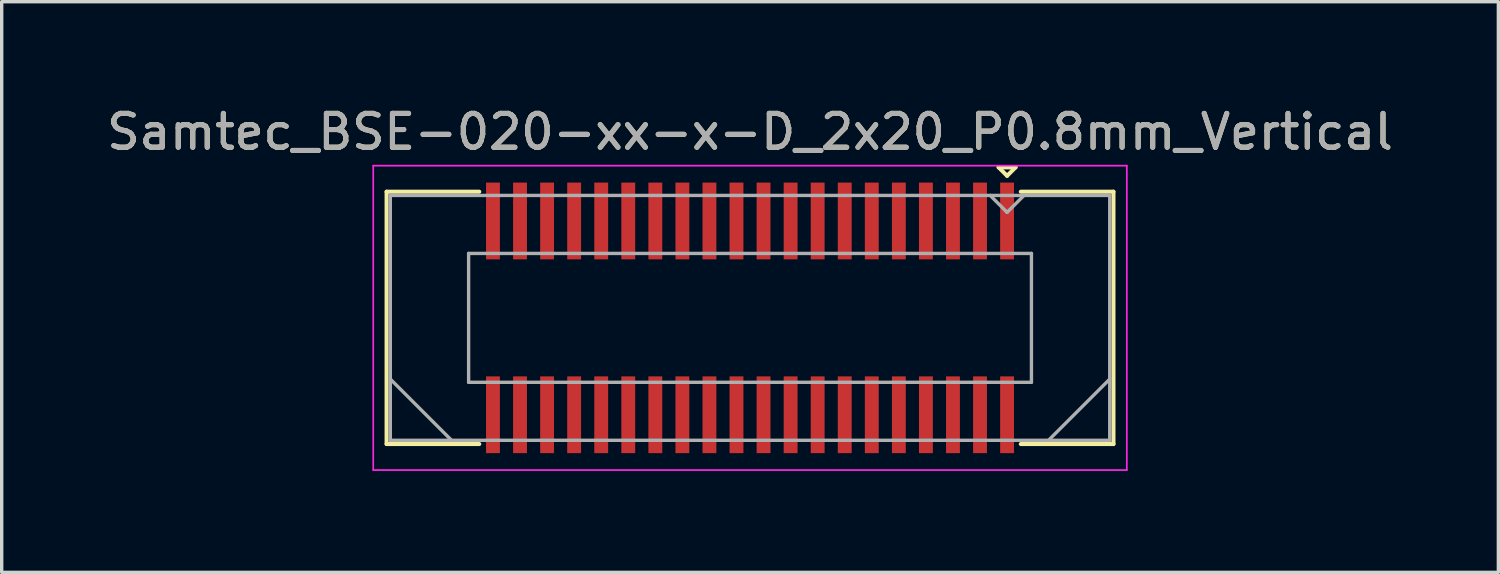
<source format=kicad_pcb>
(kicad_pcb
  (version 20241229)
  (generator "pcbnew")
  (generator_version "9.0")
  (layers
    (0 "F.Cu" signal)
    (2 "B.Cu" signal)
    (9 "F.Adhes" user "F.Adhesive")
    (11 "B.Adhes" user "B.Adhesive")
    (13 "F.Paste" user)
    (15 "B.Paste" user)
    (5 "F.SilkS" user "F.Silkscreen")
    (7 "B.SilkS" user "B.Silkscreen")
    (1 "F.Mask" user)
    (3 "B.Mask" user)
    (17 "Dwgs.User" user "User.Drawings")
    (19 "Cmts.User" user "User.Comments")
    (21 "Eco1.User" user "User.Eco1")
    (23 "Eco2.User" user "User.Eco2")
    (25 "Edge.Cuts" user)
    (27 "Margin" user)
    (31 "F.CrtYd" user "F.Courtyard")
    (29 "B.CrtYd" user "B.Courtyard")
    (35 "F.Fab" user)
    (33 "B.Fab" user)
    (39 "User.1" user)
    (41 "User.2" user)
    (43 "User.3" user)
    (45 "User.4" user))
  (footprint "Samtec_BSE-020-xx-x-D_2x20_P0.8mm_Vertical"
    (layer "F.Cu")
    (at 19.125 6.348)
    (property "Reference" "Samtec_BSE-020-xx-x-D_2x20_P0.8mm_Vertical" (at 0 -5.5 0) (layer "F.SilkS") (effects (font (size 1 1) (thickness 0.15))))
    (attr smd)
    (fp_line (start -10.745 -3.73) (end -8.005 -3.73) (stroke (width 0.12) (type solid)) (layer "F.SilkS"))
    (fp_line (start -10.745 3.73) (end -10.745 -3.73) (stroke (width 0.12) (type solid)) (layer "F.SilkS"))
    (fp_line (start -8.005 3.73) (end -10.745 3.73) (stroke (width 0.12) (type solid)) (layer "F.SilkS"))
    (fp_line (start 7.35 -4.45) (end 7.85 -4.45) (stroke (width 0.12) (type solid)) (layer "F.SilkS"))
    (fp_line (start 7.6 -4.2) (end 7.35 -4.45) (stroke (width 0.12) (type solid)) (layer "F.SilkS"))
    (fp_line (start 7.85 -4.45) (end 7.6 -4.2) (stroke (width 0.12) (type solid)) (layer "F.SilkS"))
    (fp_line (start 8.005 3.73) (end 10.745 3.73) (stroke (width 0.12) (type solid)) (layer "F.SilkS"))
    (fp_line (start 10.745 -3.73) (end 8.005 -3.73) (stroke (width 0.12) (type solid)) (layer "F.SilkS"))
    (fp_line (start 10.745 3.73) (end 10.745 -3.73) (stroke (width 0.12) (type solid)) (layer "F.SilkS"))
    (fp_line (start -11.14 -4.5) (end -11.14 4.5) (stroke (width 0.05) (type solid)) (layer "F.CrtYd"))
    (fp_line (start -11.14 4.5) (end 11.14 4.5) (stroke (width 0.05) (type solid)) (layer "F.CrtYd"))
    (fp_line (start 11.14 -4.5) (end -11.14 -4.5) (stroke (width 0.05) (type solid)) (layer "F.CrtYd"))
    (fp_line (start 11.14 4.5) (end 11.14 -4.5) (stroke (width 0.05) (type solid)) (layer "F.CrtYd"))
    (fp_line (start -10.635 -3.62) (end -10.635 3.62) (stroke (width 0.1) (type solid)) (layer "F.Fab"))
    (fp_line (start -10.635 1.81) (end -8.825 3.62) (stroke (width 0.1) (type solid)) (layer "F.Fab"))
    (fp_line (start -10.635 3.62) (end 10.635 3.62) (stroke (width 0.1) (type solid)) (layer "F.Fab"))
    (fp_line (start -8.32 -1.905) (end -8.32 1.905) (stroke (width 0.1) (type solid)) (layer "F.Fab"))
    (fp_line (start -8.32 1.905) (end 8.32 1.905) (stroke (width 0.1) (type solid)) (layer "F.Fab"))
    (fp_line (start 7.6 -3.12) (end 7.1 -3.62) (stroke (width 0.1) (type solid)) (layer "F.Fab"))
    (fp_line (start 8.1 -3.62) (end 7.6 -3.12) (stroke (width 0.1) (type solid)) (layer "F.Fab"))
    (fp_line (start 8.32 -1.905) (end -8.32 -1.905) (stroke (width 0.1) (type solid)) (layer "F.Fab"))
    (fp_line (start 8.32 1.905) (end 8.32 -1.905) (stroke (width 0.1) (type solid)) (layer "F.Fab"))
    (fp_line (start 10.635 -3.62) (end -10.635 -3.62) (stroke (width 0.1) (type solid)) (layer "F.Fab"))
    (fp_line (start 10.635 1.81) (end 8.825 3.62) (stroke (width 0.1) (type solid)) (layer "F.Fab"))
    (fp_line (start 10.635 3.62) (end 10.635 -3.62) (stroke (width 0.1) (type solid)) (layer "F.Fab"))
    (fp_text user "${REFERENCE}" (at 0 -5.5 0) (layer "F.Fab") (effects (font (size 1 1) (thickness 0.15))))
    (pad "1" smd rect (at 7.6 -2.865) (size 0.41 2.27) (layers "F.Cu" "F.Mask" "F.Paste"))
    (pad "2" smd rect (at 7.6 2.865) (size 0.41 2.27) (layers "F.Cu" "F.Mask" "F.Paste"))
    (pad "3" smd rect (at 6.8 -2.865) (size 0.41 2.27) (layers "F.Cu" "F.Mask" "F.Paste"))
    (pad "4" smd rect (at 6.8 2.865) (size 0.41 2.27) (layers "F.Cu" "F.Mask" "F.Paste"))
    (pad "5" smd rect (at 6 -2.865) (size 0.41 2.27) (layers "F.Cu" "F.Mask" "F.Paste"))
    (pad "6" smd rect (at 6 2.865) (size 0.41 2.27) (layers "F.Cu" "F.Mask" "F.Paste"))
    (pad "7" smd rect (at 5.2 -2.865) (size 0.41 2.27) (layers "F.Cu" "F.Mask" "F.Paste"))
    (pad "8" smd rect (at 5.2 2.865) (size 0.41 2.27) (layers "F.Cu" "F.Mask" "F.Paste"))
    (pad "9" smd rect (at 4.4 -2.865) (size 0.41 2.27) (layers "F.Cu" "F.Mask" "F.Paste"))
    (pad "10" smd rect (at 4.4 2.865) (size 0.41 2.27) (layers "F.Cu" "F.Mask" "F.Paste"))
    (pad "11" smd rect (at 3.6 -2.865) (size 0.41 2.27) (layers "F.Cu" "F.Mask" "F.Paste"))
    (pad "12" smd rect (at 3.6 2.865) (size 0.41 2.27) (layers "F.Cu" "F.Mask" "F.Paste"))
    (pad "13" smd rect (at 2.8 -2.865) (size 0.41 2.27) (layers "F.Cu" "F.Mask" "F.Paste"))
    (pad "14" smd rect (at 2.8 2.865) (size 0.41 2.27) (layers "F.Cu" "F.Mask" "F.Paste"))
    (pad "15" smd rect (at 2 -2.865) (size 0.41 2.27) (layers "F.Cu" "F.Mask" "F.Paste"))
    (pad "16" smd rect (at 2 2.865) (size 0.41 2.27) (layers "F.Cu" "F.Mask" "F.Paste"))
    (pad "17" smd rect (at 1.2 -2.865) (size 0.41 2.27) (layers "F.Cu" "F.Mask" "F.Paste"))
    (pad "18" smd rect (at 1.2 2.865) (size 0.41 2.27) (layers "F.Cu" "F.Mask" "F.Paste"))
    (pad "19" smd rect (at 0.4 -2.865) (size 0.41 2.27) (layers "F.Cu" "F.Mask" "F.Paste"))
    (pad "20" smd rect (at 0.4 2.865) (size 0.41 2.27) (layers "F.Cu" "F.Mask" "F.Paste"))
    (pad "21" smd rect (at -0.4 -2.865) (size 0.41 2.27) (layers "F.Cu" "F.Mask" "F.Paste"))
    (pad "22" smd rect (at -0.4 2.865) (size 0.41 2.27) (layers "F.Cu" "F.Mask" "F.Paste"))
    (pad "23" smd rect (at -1.2 -2.865) (size 0.41 2.27) (layers "F.Cu" "F.Mask" "F.Paste"))
    (pad "24" smd rect (at -1.2 2.865) (size 0.41 2.27) (layers "F.Cu" "F.Mask" "F.Paste"))
    (pad "25" smd rect (at -2 -2.865) (size 0.41 2.27) (layers "F.Cu" "F.Mask" "F.Paste"))
    (pad "26" smd rect (at -2 2.865) (size 0.41 2.27) (layers "F.Cu" "F.Mask" "F.Paste"))
    (pad "27" smd rect (at -2.8 -2.865) (size 0.41 2.27) (layers "F.Cu" "F.Mask" "F.Paste"))
    (pad "28" smd rect (at -2.8 2.865) (size 0.41 2.27) (layers "F.Cu" "F.Mask" "F.Paste"))
    (pad "29" smd rect (at -3.6 -2.865) (size 0.41 2.27) (layers "F.Cu" "F.Mask" "F.Paste"))
    (pad "30" smd rect (at -3.6 2.865) (size 0.41 2.27) (layers "F.Cu" "F.Mask" "F.Paste"))
    (pad "31" smd rect (at -4.4 -2.865) (size 0.41 2.27) (layers "F.Cu" "F.Mask" "F.Paste"))
    (pad "32" smd rect (at -4.4 2.865) (size 0.41 2.27) (layers "F.Cu" "F.Mask" "F.Paste"))
    (pad "33" smd rect (at -5.2 -2.865) (size 0.41 2.27) (layers "F.Cu" "F.Mask" "F.Paste"))
    (pad "34" smd rect (at -5.2 2.865) (size 0.41 2.27) (layers "F.Cu" "F.Mask" "F.Paste"))
    (pad "35" smd rect (at -6 -2.865) (size 0.41 2.27) (layers "F.Cu" "F.Mask" "F.Paste"))
    (pad "36" smd rect (at -6 2.865) (size 0.41 2.27) (layers "F.Cu" "F.Mask" "F.Paste"))
    (pad "37" smd rect (at -6.8 -2.865) (size 0.41 2.27) (layers "F.Cu" "F.Mask" "F.Paste"))
    (pad "38" smd rect (at -6.8 2.865) (size 0.41 2.27) (layers "F.Cu" "F.Mask" "F.Paste"))
    (pad "39" smd rect (at -7.6 -2.865) (size 0.41 2.27) (layers "F.Cu" "F.Mask" "F.Paste"))
    (pad "40" smd rect (at -7.6 2.865) (size 0.41 2.27) (layers "F.Cu" "F.Mask" "F.Paste")))
  (gr_rect
    (start -3 -3)
    (end 41.25 13.873)
    (stroke (width 0.1) (type default))
    (fill no)
    (layer "Edge.Cuts")))
</source>
